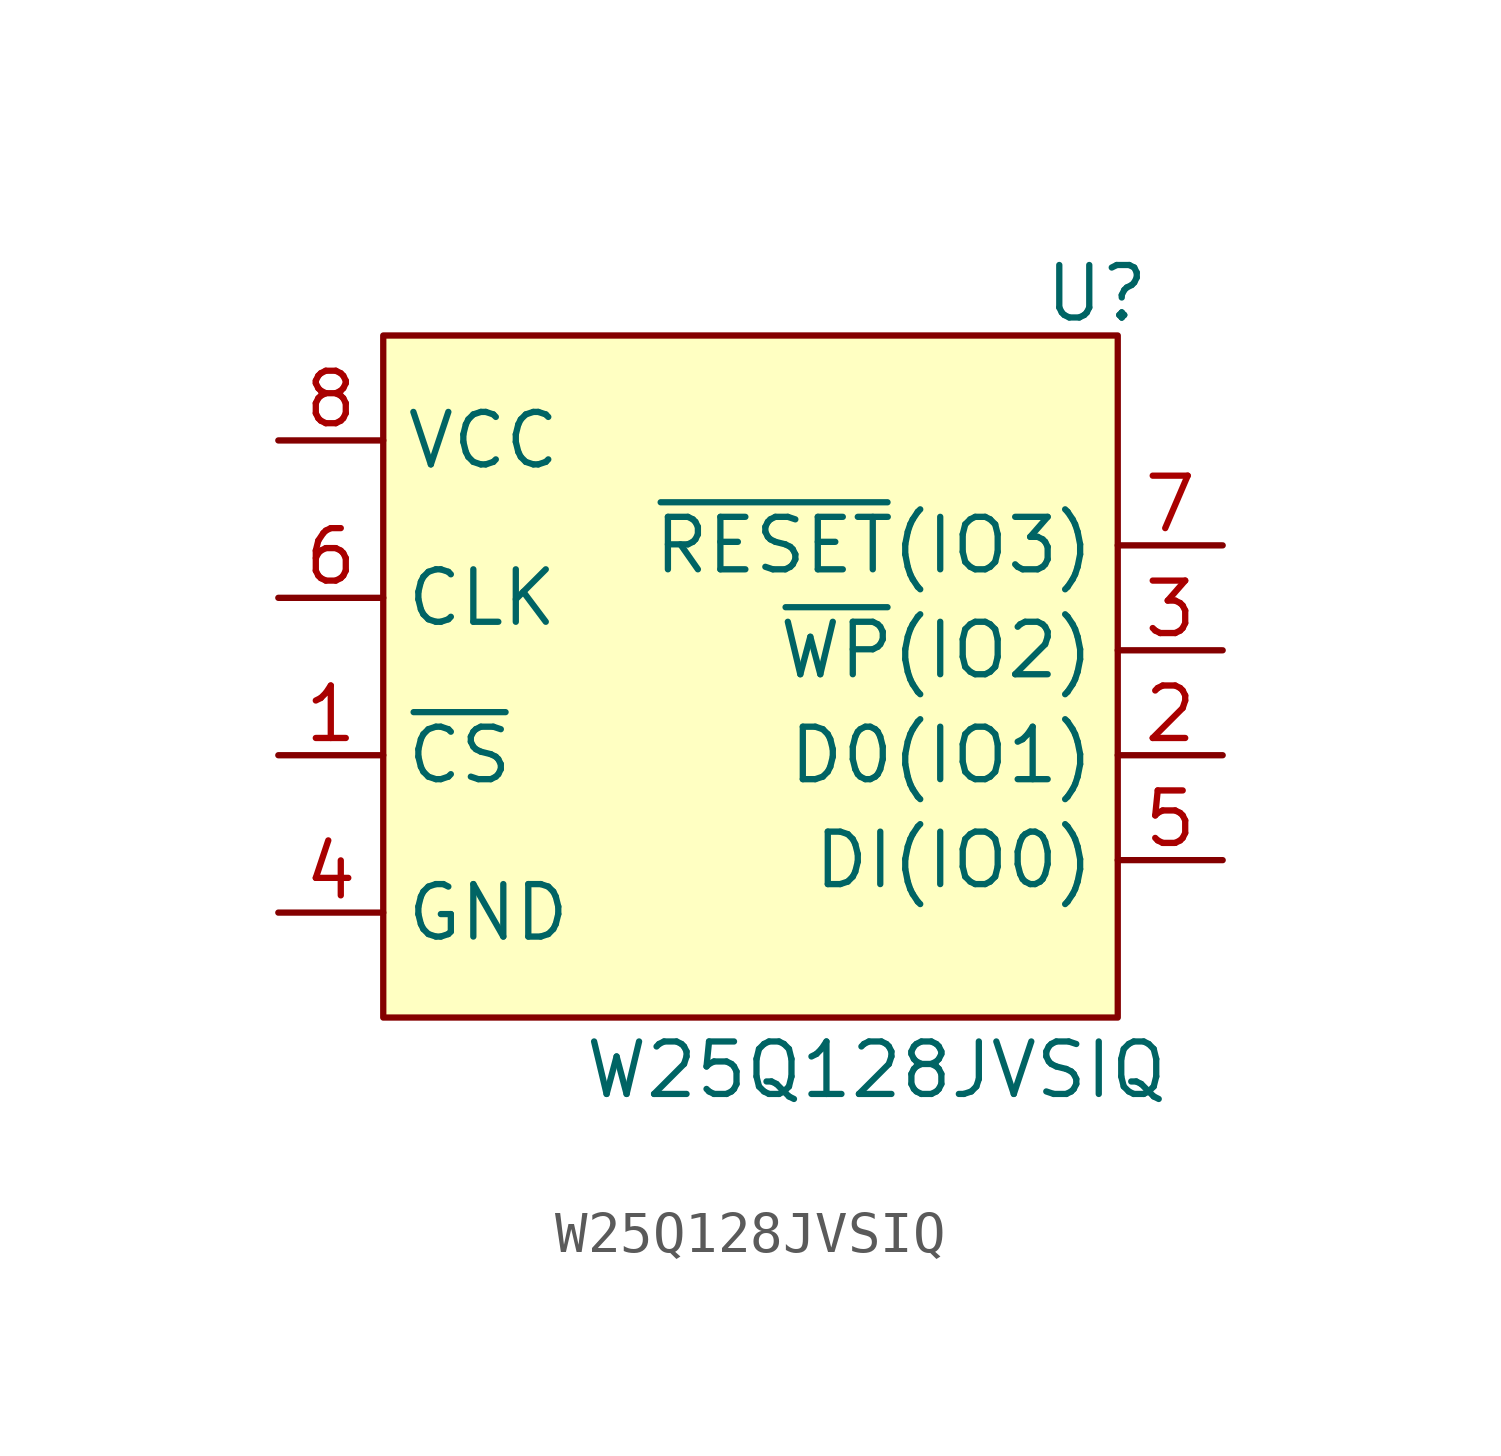
<source format=kicad_sym>
(kicad_symbol_lib
  (version 20231120)
  (generator "kicad_symbol_editor")
  (generator_version "8.0")
  (symbol "W25Q128JVSIQ"
    (property "Reference" "U"
      (at 8.382 9.906 0)
      (effects (font (size 1.27 1.27))))
    (property "Value" "W25Q128JVSIQ"
      (at 3.048 -8.89 0)
      (effects (font (size 1.27 1.27))))
    (symbol "W25Q128JVSIQ_1_1"
      (rectangle (start -8.89 8.89) (end 8.89 -7.62) (stroke (width 0) (type default)) (fill (type background)))
      (pin input line (at -11.43 -1.27 0) (length 2.54) (name "~{CS}" (effects (font (size 1.27 1.27)))) (number "1" (effects (font (size 1.27 1.27)))))
      (pin bidirectional line (at 11.43 -1.27 180) (length 2.54) (name "D0(IO1)" (effects (font (size 1.27 1.27)))) (number "2" (effects (font (size 1.27 1.27)))))
      (pin bidirectional line (at 11.43 1.27 180) (length 2.54) (name "~{WP}(IO2)" (effects (font (size 1.27 1.27)))) (number "3" (effects (font (size 1.27 1.27)))))
      (pin power_in line (at -11.43 -5.08 0) (length 2.54) (name "GND" (effects (font (size 1.27 1.27)))) (number "4" (effects (font (size 1.27 1.27)))))
      (pin bidirectional line (at 11.43 -3.81 180) (length 2.54) (name "DI(IO0)" (effects (font (size 1.27 1.27)))) (number "5" (effects (font (size 1.27 1.27)))))
      (pin input line (at -11.43 2.54 0) (length 2.54) (name "CLK" (effects (font (size 1.27 1.27)))) (number "6" (effects (font (size 1.27 1.27)))))
      (pin bidirectional line (at 11.43 3.81 180) (length 2.54) (name "~{RESET}(IO3)" (effects (font (size 1.27 1.27)))) (number "7" (effects (font (size 1.27 1.27)))))
      (pin power_in line (at -11.43 6.35 0) (length 2.54) (name "VCC" (effects (font (size 1.27 1.27)))) (number "8" (effects (font (size 1.27 1.27))))))))
</source>
